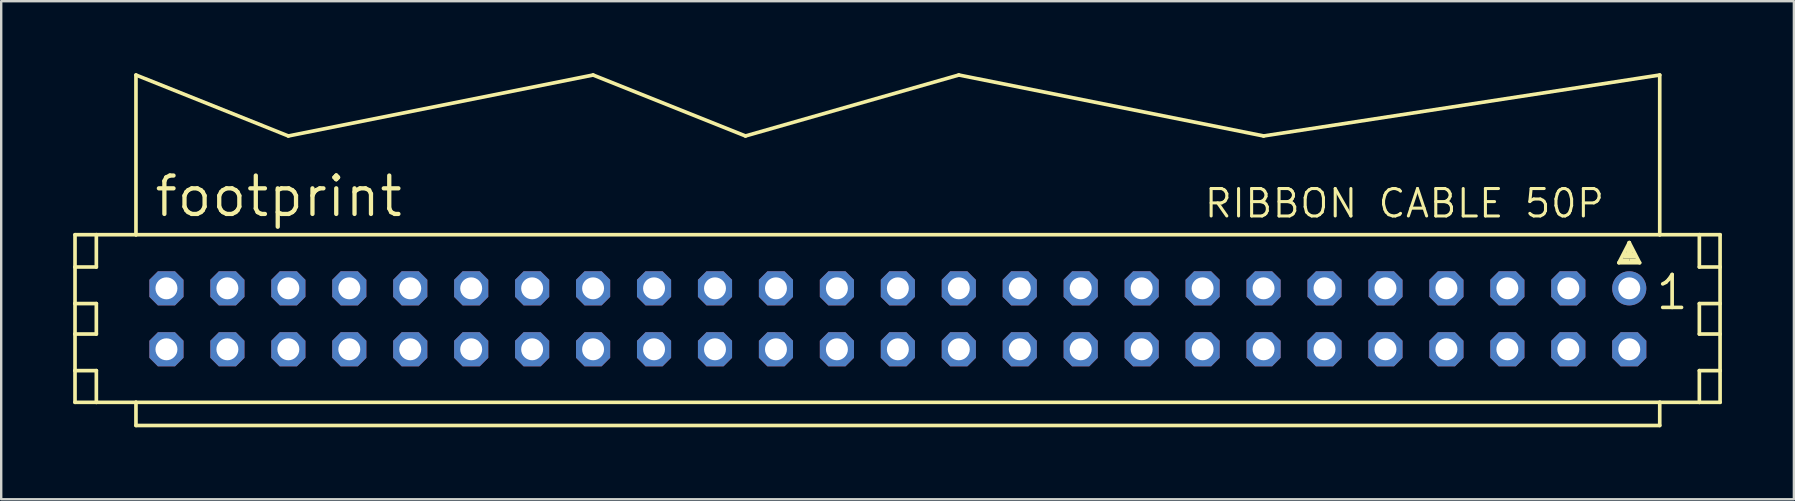
<source format=kicad_pcb>
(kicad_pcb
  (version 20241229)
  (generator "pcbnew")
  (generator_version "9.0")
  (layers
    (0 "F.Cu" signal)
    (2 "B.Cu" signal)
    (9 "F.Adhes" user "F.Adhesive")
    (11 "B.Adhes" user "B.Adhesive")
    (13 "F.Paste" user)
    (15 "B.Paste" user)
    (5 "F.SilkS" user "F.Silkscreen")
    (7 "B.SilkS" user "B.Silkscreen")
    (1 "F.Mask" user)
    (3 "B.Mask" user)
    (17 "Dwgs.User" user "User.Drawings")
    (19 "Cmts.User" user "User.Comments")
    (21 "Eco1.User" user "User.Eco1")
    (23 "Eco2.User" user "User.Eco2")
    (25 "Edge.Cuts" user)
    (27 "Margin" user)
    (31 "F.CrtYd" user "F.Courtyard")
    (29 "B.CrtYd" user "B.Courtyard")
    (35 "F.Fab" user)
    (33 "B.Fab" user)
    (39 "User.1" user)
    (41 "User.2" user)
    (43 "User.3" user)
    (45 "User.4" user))
  (footprint "footprint"
    (layer "F.Cu")
    (at 34.366 10.236)
    (property "Reference" "footprint" (at -31.064 -4.166 0) (layer "F.SilkS") (effects (font (size 1.6 1.6) (thickness 0.178)) (justify left bottom)))
    (fp_line (start -34.29 -3.505) (end -34.29 -2.159) (stroke (width 0.152) (type solid)) (layer "F.SilkS"))
    (fp_line (start -34.29 -2.159) (end -34.29 -0.635) (stroke (width 0.152) (type solid)) (layer "F.SilkS"))
    (fp_line (start -34.29 -2.159) (end -33.401 -2.159) (stroke (width 0.152) (type solid)) (layer "F.SilkS"))
    (fp_line (start -34.29 -0.635) (end -34.29 0.635) (stroke (width 0.152) (type solid)) (layer "F.SilkS"))
    (fp_line (start -34.29 -0.635) (end -33.401 -0.635) (stroke (width 0.152) (type solid)) (layer "F.SilkS"))
    (fp_line (start -34.29 0.635) (end -34.29 2.159) (stroke (width 0.152) (type solid)) (layer "F.SilkS"))
    (fp_line (start -34.29 0.635) (end -33.401 0.635) (stroke (width 0.152) (type solid)) (layer "F.SilkS"))
    (fp_line (start -34.29 2.159) (end -34.29 3.48) (stroke (width 0.152) (type solid)) (layer "F.SilkS"))
    (fp_line (start -34.29 2.159) (end -33.401 2.159) (stroke (width 0.152) (type solid)) (layer "F.SilkS"))
    (fp_line (start -34.29 3.48) (end -33.401 3.48) (stroke (width 0.152) (type solid)) (layer "F.SilkS"))
    (fp_line (start -33.401 -3.505) (end -34.29 -3.505) (stroke (width 0.152) (type solid)) (layer "F.SilkS"))
    (fp_line (start -33.401 -3.505) (end -33.401 -2.159) (stroke (width 0.152) (type solid)) (layer "F.SilkS"))
    (fp_line (start -33.401 -0.635) (end -33.401 0.635) (stroke (width 0.152) (type solid)) (layer "F.SilkS"))
    (fp_line (start -33.401 2.159) (end -33.401 3.48) (stroke (width 0.152) (type solid)) (layer "F.SilkS"))
    (fp_line (start -33.401 3.48) (end -31.75 3.48) (stroke (width 0.152) (type solid)) (layer "F.SilkS"))
    (fp_line (start -31.75 -10.16) (end -31.75 -3.505) (stroke (width 0.152) (type solid)) (layer "F.SilkS"))
    (fp_line (start -31.75 -3.505) (end -33.401 -3.505) (stroke (width 0.152) (type solid)) (layer "F.SilkS"))
    (fp_line (start -31.75 3.48) (end 31.75 3.48) (stroke (width 0.152) (type solid)) (layer "F.SilkS"))
    (fp_line (start -31.75 4.445) (end -31.75 3.48) (stroke (width 0.152) (type solid)) (layer "F.SilkS"))
    (fp_line (start -25.4 -7.62) (end -31.75 -10.16) (stroke (width 0.152) (type solid)) (layer "F.SilkS"))
    (fp_line (start -25.4 -7.62) (end -12.7 -10.16) (stroke (width 0.152) (type solid)) (layer "F.SilkS"))
    (fp_line (start -6.35 -7.62) (end -12.7 -10.16) (stroke (width 0.152) (type solid)) (layer "F.SilkS"))
    (fp_line (start -6.35 -7.62) (end 2.54 -10.16) (stroke (width 0.152) (type solid)) (layer "F.SilkS"))
    (fp_line (start 2.54 -10.16) (end 15.24 -7.62) (stroke (width 0.152) (type solid)) (layer "F.SilkS"))
    (fp_line (start 15.24 -7.62) (end 31.75 -10.16) (stroke (width 0.152) (type solid)) (layer "F.SilkS"))
    (fp_line (start 30.048 -2.337) (end 30.48 -3.175) (stroke (width 0.152) (type solid)) (layer "F.SilkS"))
    (fp_line (start 30.48 -3.175) (end 30.48 -2.921) (stroke (width 0.152) (type solid)) (layer "F.SilkS"))
    (fp_line (start 30.48 -3.175) (end 30.912 -2.337) (stroke (width 0.152) (type solid)) (layer "F.SilkS"))
    (fp_line (start 30.912 -2.337) (end 30.048 -2.337) (stroke (width 0.152) (type solid)) (layer "F.SilkS"))
    (fp_line (start 31.75 -3.505) (end -31.75 -3.505) (stroke (width 0.152) (type solid)) (layer "F.SilkS"))
    (fp_line (start 31.75 -3.505) (end 31.75 -10.16) (stroke (width 0.152) (type solid)) (layer "F.SilkS"))
    (fp_line (start 31.75 3.48) (end 31.75 4.445) (stroke (width 0.152) (type solid)) (layer "F.SilkS"))
    (fp_line (start 31.75 3.48) (end 33.401 3.48) (stroke (width 0.152) (type solid)) (layer "F.SilkS"))
    (fp_line (start 31.75 4.445) (end -31.75 4.445) (stroke (width 0.152) (type solid)) (layer "F.SilkS"))
    (fp_line (start 33.401 -3.505) (end 31.75 -3.505) (stroke (width 0.152) (type solid)) (layer "F.SilkS"))
    (fp_line (start 33.401 -3.505) (end 33.401 -2.159) (stroke (width 0.152) (type solid)) (layer "F.SilkS"))
    (fp_line (start 33.401 -2.159) (end 34.265 -2.159) (stroke (width 0.152) (type solid)) (layer "F.SilkS"))
    (fp_line (start 33.401 -0.635) (end 33.401 0.635) (stroke (width 0.152) (type solid)) (layer "F.SilkS"))
    (fp_line (start 33.401 -0.635) (end 34.265 -0.635) (stroke (width 0.152) (type solid)) (layer "F.SilkS"))
    (fp_line (start 33.401 0.635) (end 34.265 0.635) (stroke (width 0.152) (type solid)) (layer "F.SilkS"))
    (fp_line (start 33.401 2.159) (end 33.401 3.48) (stroke (width 0.152) (type solid)) (layer "F.SilkS"))
    (fp_line (start 33.401 2.159) (end 34.265 2.159) (stroke (width 0.152) (type solid)) (layer "F.SilkS"))
    (fp_line (start 33.401 3.48) (end 34.265 3.48) (stroke (width 0.152) (type solid)) (layer "F.SilkS"))
    (fp_line (start 34.265 -3.505) (end 33.401 -3.505) (stroke (width 0.152) (type solid)) (layer "F.SilkS"))
    (fp_line (start 34.265 -2.159) (end 34.265 -3.505) (stroke (width 0.152) (type solid)) (layer "F.SilkS"))
    (fp_line (start 34.265 -0.635) (end 34.265 -2.159) (stroke (width 0.152) (type solid)) (layer "F.SilkS"))
    (fp_line (start 34.265 0.635) (end 34.265 -0.635) (stroke (width 0.152) (type solid)) (layer "F.SilkS"))
    (fp_line (start 34.265 2.159) (end 34.265 0.635) (stroke (width 0.152) (type solid)) (layer "F.SilkS"))
    (fp_line (start 34.265 3.48) (end 34.265 2.159) (stroke (width 0.152) (type solid)) (layer "F.SilkS"))
    (fp_poly (pts (xy 30.099 -2.388) (xy 30.48 -2.388) (xy 30.48 -2.515) (xy 30.099 -2.515)) (stroke (width 0) (type solid)) (fill yes) (layer "F.SilkS"))
    (fp_poly (pts (xy 30.226 -2.515) (xy 30.734 -2.515) (xy 30.734 -2.769) (xy 30.226 -2.769)) (stroke (width 0) (type solid)) (fill yes) (layer "F.SilkS"))
    (fp_poly (pts (xy 30.353 -2.718) (xy 30.607 -2.718) (xy 30.607 -2.972) (xy 30.353 -2.972)) (stroke (width 0) (type solid)) (fill yes) (layer "F.SilkS"))
    (fp_poly (pts (xy 30.48 -2.388) (xy 30.861 -2.388) (xy 30.861 -2.515) (xy 30.48 -2.515)) (stroke (width 0) (type solid)) (fill yes) (layer "F.SilkS"))
    (fp_text user "RIBBON CABLE 50P" (at 12.7 -4.14 0) (layer "F.SilkS") (effects (font (size 1.143 1.143) (thickness 0.127)) (justify left bottom)))
    (fp_text user "1" (at 33.02 -1.905 0) (layer "F.SilkS") (effects (font (size 1.372 1.372) (thickness 0.152)) (justify right top)))
    (pad "1" thru_hole circle (at 30.48 -1.27) (size 1.422 1.422) (drill 0.914) (layers "*.Cu" "*.Mask"))
    (pad "2" thru_hole roundrect (at 30.48 1.27) (size 1.422 1.422) (drill 0.914) (layers "*.Cu" "*.Mask") (roundrect_rratio 0.25) (chamfer_ratio 0.25) (chamfer top_left top_right bottom_left bottom_right))
    (pad "3" thru_hole roundrect (at 27.94 -1.27) (size 1.422 1.422) (drill 0.914) (layers "*.Cu" "*.Mask") (roundrect_rratio 0.25) (chamfer_ratio 0.25) (chamfer top_left top_right bottom_left bottom_right))
    (pad "4" thru_hole roundrect (at 27.94 1.27) (size 1.422 1.422) (drill 0.914) (layers "*.Cu" "*.Mask") (roundrect_rratio 0.25) (chamfer_ratio 0.25) (chamfer top_left top_right bottom_left bottom_right))
    (pad "5" thru_hole roundrect (at 25.4 -1.27) (size 1.422 1.422) (drill 0.914) (layers "*.Cu" "*.Mask") (roundrect_rratio 0.25) (chamfer_ratio 0.25) (chamfer top_left top_right bottom_left bottom_right))
    (pad "6" thru_hole roundrect (at 25.4 1.27) (size 1.422 1.422) (drill 0.914) (layers "*.Cu" "*.Mask") (roundrect_rratio 0.25) (chamfer_ratio 0.25) (chamfer top_left top_right bottom_left bottom_right))
    (pad "7" thru_hole roundrect (at 22.86 -1.27) (size 1.422 1.422) (drill 0.914) (layers "*.Cu" "*.Mask") (roundrect_rratio 0.25) (chamfer_ratio 0.25) (chamfer top_left top_right bottom_left bottom_right))
    (pad "8" thru_hole roundrect (at 22.86 1.27) (size 1.422 1.422) (drill 0.914) (layers "*.Cu" "*.Mask") (roundrect_rratio 0.25) (chamfer_ratio 0.25) (chamfer top_left top_right bottom_left bottom_right))
    (pad "9" thru_hole roundrect (at 20.32 -1.27) (size 1.422 1.422) (drill 0.914) (layers "*.Cu" "*.Mask") (roundrect_rratio 0.25) (chamfer_ratio 0.25) (chamfer top_left top_right bottom_left bottom_right))
    (pad "10" thru_hole roundrect (at 20.32 1.27) (size 1.422 1.422) (drill 0.914) (layers "*.Cu" "*.Mask") (roundrect_rratio 0.25) (chamfer_ratio 0.25) (chamfer top_left top_right bottom_left bottom_right))
    (pad "11" thru_hole roundrect (at 17.78 -1.27) (size 1.422 1.422) (drill 0.914) (layers "*.Cu" "*.Mask") (roundrect_rratio 0.25) (chamfer_ratio 0.25) (chamfer top_left top_right bottom_left bottom_right))
    (pad "12" thru_hole roundrect (at 17.78 1.27) (size 1.422 1.422) (drill 0.914) (layers "*.Cu" "*.Mask") (roundrect_rratio 0.25) (chamfer_ratio 0.25) (chamfer top_left top_right bottom_left bottom_right))
    (pad "13" thru_hole roundrect (at 15.24 -1.27) (size 1.422 1.422) (drill 0.914) (layers "*.Cu" "*.Mask") (roundrect_rratio 0.25) (chamfer_ratio 0.25) (chamfer top_left top_right bottom_left bottom_right))
    (pad "14" thru_hole roundrect (at 15.24 1.27) (size 1.422 1.422) (drill 0.914) (layers "*.Cu" "*.Mask") (roundrect_rratio 0.25) (chamfer_ratio 0.25) (chamfer top_left top_right bottom_left bottom_right))
    (pad "15" thru_hole roundrect (at 12.7 -1.27) (size 1.422 1.422) (drill 0.914) (layers "*.Cu" "*.Mask") (roundrect_rratio 0.25) (chamfer_ratio 0.25) (chamfer top_left top_right bottom_left bottom_right))
    (pad "16" thru_hole roundrect (at 12.7 1.27) (size 1.422 1.422) (drill 0.914) (layers "*.Cu" "*.Mask") (roundrect_rratio 0.25) (chamfer_ratio 0.25) (chamfer top_left top_right bottom_left bottom_right))
    (pad "17" thru_hole roundrect (at 10.16 -1.27) (size 1.422 1.422) (drill 0.914) (layers "*.Cu" "*.Mask") (roundrect_rratio 0.25) (chamfer_ratio 0.25) (chamfer top_left top_right bottom_left bottom_right))
    (pad "18" thru_hole roundrect (at 10.16 1.27) (size 1.422 1.422) (drill 0.914) (layers "*.Cu" "*.Mask") (roundrect_rratio 0.25) (chamfer_ratio 0.25) (chamfer top_left top_right bottom_left bottom_right))
    (pad "19" thru_hole roundrect (at 7.62 -1.27) (size 1.422 1.422) (drill 0.914) (layers "*.Cu" "*.Mask") (roundrect_rratio 0.25) (chamfer_ratio 0.25) (chamfer top_left top_right bottom_left bottom_right))
    (pad "20" thru_hole roundrect (at 7.62 1.27) (size 1.422 1.422) (drill 0.914) (layers "*.Cu" "*.Mask") (roundrect_rratio 0.25) (chamfer_ratio 0.25) (chamfer top_left top_right bottom_left bottom_right))
    (pad "21" thru_hole roundrect (at 5.08 -1.27) (size 1.422 1.422) (drill 0.914) (layers "*.Cu" "*.Mask") (roundrect_rratio 0.25) (chamfer_ratio 0.25) (chamfer top_left top_right bottom_left bottom_right))
    (pad "22" thru_hole roundrect (at 5.08 1.27) (size 1.422 1.422) (drill 0.914) (layers "*.Cu" "*.Mask") (roundrect_rratio 0.25) (chamfer_ratio 0.25) (chamfer top_left top_right bottom_left bottom_right))
    (pad "23" thru_hole roundrect (at 2.54 -1.27) (size 1.422 1.422) (drill 0.914) (layers "*.Cu" "*.Mask") (roundrect_rratio 0.25) (chamfer_ratio 0.25) (chamfer top_left top_right bottom_left bottom_right))
    (pad "24" thru_hole roundrect (at 2.54 1.27) (size 1.422 1.422) (drill 0.914) (layers "*.Cu" "*.Mask") (roundrect_rratio 0.25) (chamfer_ratio 0.25) (chamfer top_left top_right bottom_left bottom_right))
    (pad "25" thru_hole roundrect (at 0 -1.27) (size 1.422 1.422) (drill 0.914) (layers "*.Cu" "*.Mask") (roundrect_rratio 0.25) (chamfer_ratio 0.25) (chamfer top_left top_right bottom_left bottom_right))
    (pad "26" thru_hole roundrect (at 0 1.27) (size 1.422 1.422) (drill 0.914) (layers "*.Cu" "*.Mask") (roundrect_rratio 0.25) (chamfer_ratio 0.25) (chamfer top_left top_right bottom_left bottom_right))
    (pad "27" thru_hole roundrect (at -2.54 -1.27) (size 1.422 1.422) (drill 0.914) (layers "*.Cu" "*.Mask") (roundrect_rratio 0.25) (chamfer_ratio 0.25) (chamfer top_left top_right bottom_left bottom_right))
    (pad "28" thru_hole roundrect (at -2.54 1.27) (size 1.422 1.422) (drill 0.914) (layers "*.Cu" "*.Mask") (roundrect_rratio 0.25) (chamfer_ratio 0.25) (chamfer top_left top_right bottom_left bottom_right))
    (pad "29" thru_hole roundrect (at -5.08 -1.27) (size 1.422 1.422) (drill 0.914) (layers "*.Cu" "*.Mask") (roundrect_rratio 0.25) (chamfer_ratio 0.25) (chamfer top_left top_right bottom_left bottom_right))
    (pad "30" thru_hole roundrect (at -5.08 1.27) (size 1.422 1.422) (drill 0.914) (layers "*.Cu" "*.Mask") (roundrect_rratio 0.25) (chamfer_ratio 0.25) (chamfer top_left top_right bottom_left bottom_right))
    (pad "31" thru_hole roundrect (at -7.62 -1.27) (size 1.422 1.422) (drill 0.914) (layers "*.Cu" "*.Mask") (roundrect_rratio 0.25) (chamfer_ratio 0.25) (chamfer top_left top_right bottom_left bottom_right))
    (pad "32" thru_hole roundrect (at -7.62 1.27) (size 1.422 1.422) (drill 0.914) (layers "*.Cu" "*.Mask") (roundrect_rratio 0.25) (chamfer_ratio 0.25) (chamfer top_left top_right bottom_left bottom_right))
    (pad "33" thru_hole roundrect (at -10.16 -1.27) (size 1.422 1.422) (drill 0.914) (layers "*.Cu" "*.Mask") (roundrect_rratio 0.25) (chamfer_ratio 0.25) (chamfer top_left top_right bottom_left bottom_right))
    (pad "34" thru_hole roundrect (at -10.16 1.27) (size 1.422 1.422) (drill 0.914) (layers "*.Cu" "*.Mask") (roundrect_rratio 0.25) (chamfer_ratio 0.25) (chamfer top_left top_right bottom_left bottom_right))
    (pad "35" thru_hole roundrect (at -12.7 -1.27) (size 1.422 1.422) (drill 0.914) (layers "*.Cu" "*.Mask") (roundrect_rratio 0.25) (chamfer_ratio 0.25) (chamfer top_left top_right bottom_left bottom_right))
    (pad "36" thru_hole roundrect (at -12.7 1.27) (size 1.422 1.422) (drill 0.914) (layers "*.Cu" "*.Mask") (roundrect_rratio 0.25) (chamfer_ratio 0.25) (chamfer top_left top_right bottom_left bottom_right))
    (pad "37" thru_hole roundrect (at -15.24 -1.27) (size 1.422 1.422) (drill 0.914) (layers "*.Cu" "*.Mask") (roundrect_rratio 0.25) (chamfer_ratio 0.25) (chamfer top_left top_right bottom_left bottom_right))
    (pad "38" thru_hole roundrect (at -15.24 1.27) (size 1.422 1.422) (drill 0.914) (layers "*.Cu" "*.Mask") (roundrect_rratio 0.25) (chamfer_ratio 0.25) (chamfer top_left top_right bottom_left bottom_right))
    (pad "39" thru_hole roundrect (at -17.78 -1.27) (size 1.422 1.422) (drill 0.914) (layers "*.Cu" "*.Mask") (roundrect_rratio 0.25) (chamfer_ratio 0.25) (chamfer top_left top_right bottom_left bottom_right))
    (pad "40" thru_hole roundrect (at -17.78 1.27) (size 1.422 1.422) (drill 0.914) (layers "*.Cu" "*.Mask") (roundrect_rratio 0.25) (chamfer_ratio 0.25) (chamfer top_left top_right bottom_left bottom_right))
    (pad "41" thru_hole roundrect (at -20.32 -1.27) (size 1.422 1.422) (drill 0.914) (layers "*.Cu" "*.Mask") (roundrect_rratio 0.25) (chamfer_ratio 0.25) (chamfer top_left top_right bottom_left bottom_right))
    (pad "42" thru_hole roundrect (at -20.32 1.27) (size 1.422 1.422) (drill 0.914) (layers "*.Cu" "*.Mask") (roundrect_rratio 0.25) (chamfer_ratio 0.25) (chamfer top_left top_right bottom_left bottom_right))
    (pad "43" thru_hole roundrect (at -22.86 -1.27) (size 1.422 1.422) (drill 0.914) (layers "*.Cu" "*.Mask") (roundrect_rratio 0.25) (chamfer_ratio 0.25) (chamfer top_left top_right bottom_left bottom_right))
    (pad "44" thru_hole roundrect (at -22.86 1.27) (size 1.422 1.422) (drill 0.914) (layers "*.Cu" "*.Mask") (roundrect_rratio 0.25) (chamfer_ratio 0.25) (chamfer top_left top_right bottom_left bottom_right))
    (pad "45" thru_hole roundrect (at -25.4 -1.27) (size 1.422 1.422) (drill 0.914) (layers "*.Cu" "*.Mask") (roundrect_rratio 0.25) (chamfer_ratio 0.25) (chamfer top_left top_right bottom_left bottom_right))
    (pad "46" thru_hole roundrect (at -25.4 1.27) (size 1.422 1.422) (drill 0.914) (layers "*.Cu" "*.Mask") (roundrect_rratio 0.25) (chamfer_ratio 0.25) (chamfer top_left top_right bottom_left bottom_right))
    (pad "47" thru_hole roundrect (at -27.94 -1.27) (size 1.422 1.422) (drill 0.914) (layers "*.Cu" "*.Mask") (roundrect_rratio 0.25) (chamfer_ratio 0.25) (chamfer top_left top_right bottom_left bottom_right))
    (pad "48" thru_hole roundrect (at -27.94 1.27) (size 1.422 1.422) (drill 0.914) (layers "*.Cu" "*.Mask") (roundrect_rratio 0.25) (chamfer_ratio 0.25) (chamfer top_left top_right bottom_left bottom_right))
    (pad "49" thru_hole roundrect (at -30.48 -1.27) (size 1.422 1.422) (drill 0.914) (layers "*.Cu" "*.Mask") (roundrect_rratio 0.25) (chamfer_ratio 0.25) (chamfer top_left top_right bottom_left bottom_right))
    (pad "50" thru_hole roundrect (at -30.48 1.27) (size 1.422 1.422) (drill 0.914) (layers "*.Cu" "*.Mask") (roundrect_rratio 0.25) (chamfer_ratio 0.25) (chamfer top_left top_right bottom_left bottom_right)))
  (gr_rect
    (start -3 -3)
    (end 71.707 17.757)
    (stroke (width 0.1) (type default))
    (fill no)
    (layer "Edge.Cuts")))
</source>
